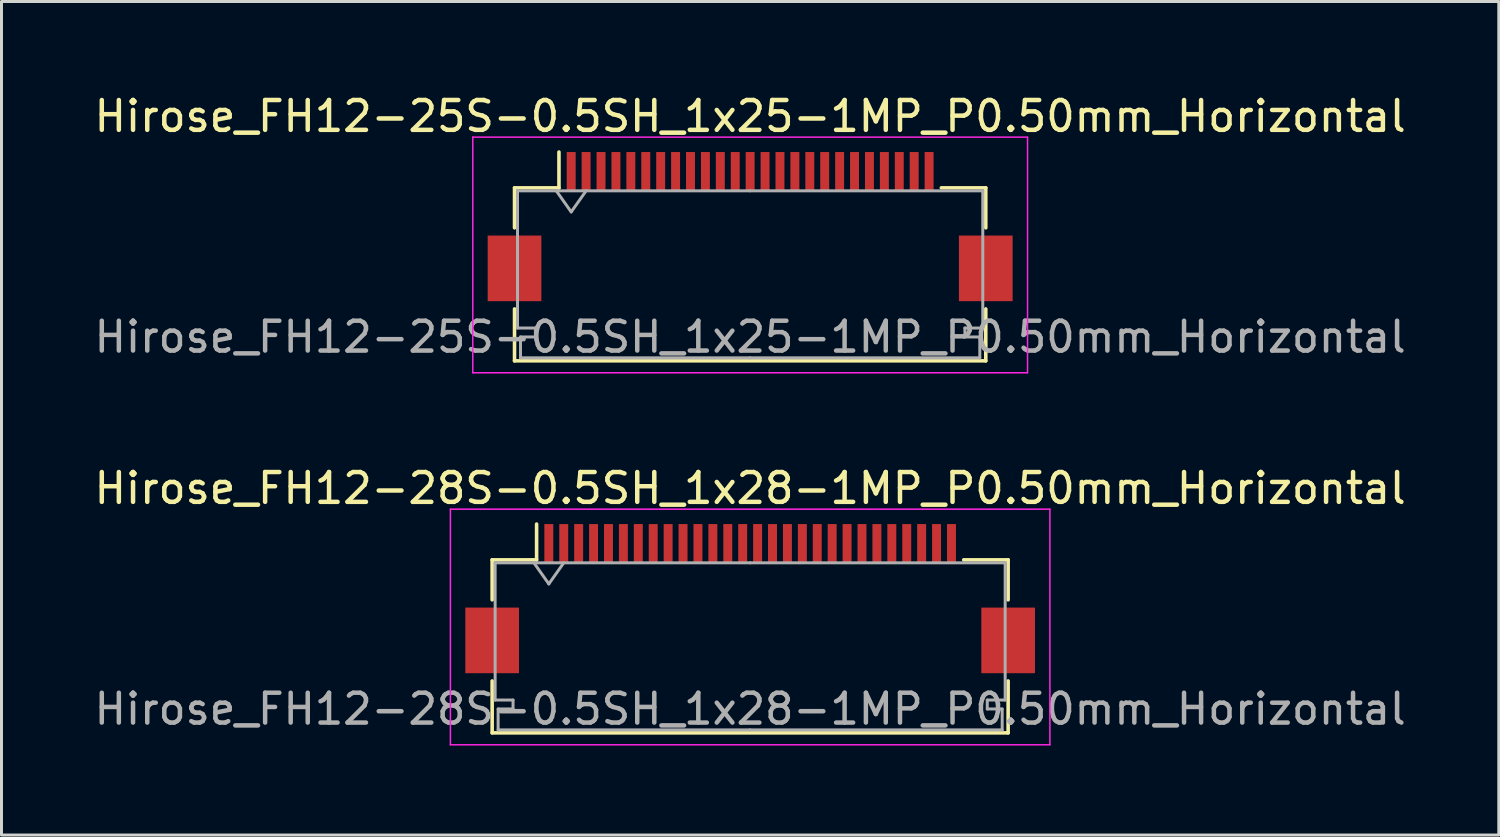
<source format=kicad_pcb>
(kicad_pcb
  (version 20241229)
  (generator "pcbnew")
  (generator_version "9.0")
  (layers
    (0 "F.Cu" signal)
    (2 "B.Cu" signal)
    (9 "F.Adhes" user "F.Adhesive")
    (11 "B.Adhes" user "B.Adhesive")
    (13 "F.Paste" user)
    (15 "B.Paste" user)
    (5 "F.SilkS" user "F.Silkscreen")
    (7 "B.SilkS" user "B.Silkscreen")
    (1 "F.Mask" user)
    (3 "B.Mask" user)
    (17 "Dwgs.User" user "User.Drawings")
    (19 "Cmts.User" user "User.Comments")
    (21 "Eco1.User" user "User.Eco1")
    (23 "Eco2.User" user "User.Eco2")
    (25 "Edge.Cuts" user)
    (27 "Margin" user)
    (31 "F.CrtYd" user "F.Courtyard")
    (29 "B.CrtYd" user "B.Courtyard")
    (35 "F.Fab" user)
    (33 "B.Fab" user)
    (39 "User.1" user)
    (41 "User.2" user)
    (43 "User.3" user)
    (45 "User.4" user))
  (footprint "Hirose_FH12-25S-0.5SH_1x25-1MP_P0.50mm_Horizontal"
    (layer "F.Cu")
    (at 22.101 4.548)
    (property "Reference" "Hirose_FH12-25S-0.5SH_1x25-1MP_P0.50mm_Horizontal" (at 0 -3.7 0) (layer "F.SilkS") (effects (font (size 1 1) (thickness 0.15))))
    (attr smd)
    (fp_line (start -7.9 -1.3) (end -7.9 0.04) (stroke (width 0.12) (type solid)) (layer "F.SilkS"))
    (fp_line (start -7.9 2.76) (end -7.9 4.5) (stroke (width 0.12) (type solid)) (layer "F.SilkS"))
    (fp_line (start -7.9 4.5) (end 7.9 4.5) (stroke (width 0.12) (type solid)) (layer "F.SilkS"))
    (fp_line (start -6.41 -1.3) (end -7.9 -1.3) (stroke (width 0.12) (type solid)) (layer "F.SilkS"))
    (fp_line (start -6.41 -1.3) (end -6.41 -2.5) (stroke (width 0.12) (type solid)) (layer "F.SilkS"))
    (fp_line (start 6.41 -1.3) (end 7.9 -1.3) (stroke (width 0.12) (type solid)) (layer "F.SilkS"))
    (fp_line (start 7.9 -1.3) (end 7.9 0.04) (stroke (width 0.12) (type solid)) (layer "F.SilkS"))
    (fp_line (start 7.9 4.5) (end 7.9 2.76) (stroke (width 0.12) (type solid)) (layer "F.SilkS"))
    (fp_line (start -9.3 -3) (end -9.3 4.9) (stroke (width 0.05) (type solid)) (layer "F.CrtYd"))
    (fp_line (start -9.3 4.9) (end 9.3 4.9) (stroke (width 0.05) (type solid)) (layer "F.CrtYd"))
    (fp_line (start 9.3 -3) (end -9.3 -3) (stroke (width 0.05) (type solid)) (layer "F.CrtYd"))
    (fp_line (start 9.3 4.9) (end 9.3 -3) (stroke (width 0.05) (type solid)) (layer "F.CrtYd"))
    (fp_line (start -7.8 -1.2) (end -7.8 3.4) (stroke (width 0.1) (type solid)) (layer "F.Fab"))
    (fp_line (start -7.8 3.4) (end -7.2 3.4) (stroke (width 0.1) (type solid)) (layer "F.Fab"))
    (fp_line (start -7.7 3.7) (end -7.7 4.4) (stroke (width 0.1) (type solid)) (layer "F.Fab"))
    (fp_line (start -7.7 4.4) (end 0 4.4) (stroke (width 0.1) (type solid)) (layer "F.Fab"))
    (fp_line (start -7.2 3.4) (end -7.2 3.7) (stroke (width 0.1) (type solid)) (layer "F.Fab"))
    (fp_line (start -7.2 3.7) (end -7.7 3.7) (stroke (width 0.1) (type solid)) (layer "F.Fab"))
    (fp_line (start -6.5 -1.2) (end -6 -0.493) (stroke (width 0.1) (type solid)) (layer "F.Fab"))
    (fp_line (start -6 -0.493) (end -5.5 -1.2) (stroke (width 0.1) (type solid)) (layer "F.Fab"))
    (fp_line (start 0 -1.2) (end -7.8 -1.2) (stroke (width 0.1) (type solid)) (layer "F.Fab"))
    (fp_line (start 0 -1.2) (end 7.8 -1.2) (stroke (width 0.1) (type solid)) (layer "F.Fab"))
    (fp_line (start 7.2 3.4) (end 7.2 3.7) (stroke (width 0.1) (type solid)) (layer "F.Fab"))
    (fp_line (start 7.2 3.7) (end 7.7 3.7) (stroke (width 0.1) (type solid)) (layer "F.Fab"))
    (fp_line (start 7.7 3.7) (end 7.7 4.4) (stroke (width 0.1) (type solid)) (layer "F.Fab"))
    (fp_line (start 7.7 4.4) (end 0 4.4) (stroke (width 0.1) (type solid)) (layer "F.Fab"))
    (fp_line (start 7.8 -1.2) (end 7.8 3.4) (stroke (width 0.1) (type solid)) (layer "F.Fab"))
    (fp_line (start 7.8 3.4) (end 7.2 3.4) (stroke (width 0.1) (type solid)) (layer "F.Fab"))
    (fp_text user "${REFERENCE}" (at 0 3.7 0) (layer "F.Fab") (effects (font (size 1 1) (thickness 0.15))))
    (pad "1" smd rect (at -6 -1.85) (size 0.3 1.3) (layers "F.Cu" "F.Mask" "F.Paste"))
    (pad "2" smd rect (at -5.5 -1.85) (size 0.3 1.3) (layers "F.Cu" "F.Mask" "F.Paste"))
    (pad "3" smd rect (at -5 -1.85) (size 0.3 1.3) (layers "F.Cu" "F.Mask" "F.Paste"))
    (pad "4" smd rect (at -4.5 -1.85) (size 0.3 1.3) (layers "F.Cu" "F.Mask" "F.Paste"))
    (pad "5" smd rect (at -4 -1.85) (size 0.3 1.3) (layers "F.Cu" "F.Mask" "F.Paste"))
    (pad "6" smd rect (at -3.5 -1.85) (size 0.3 1.3) (layers "F.Cu" "F.Mask" "F.Paste"))
    (pad "7" smd rect (at -3 -1.85) (size 0.3 1.3) (layers "F.Cu" "F.Mask" "F.Paste"))
    (pad "8" smd rect (at -2.5 -1.85) (size 0.3 1.3) (layers "F.Cu" "F.Mask" "F.Paste"))
    (pad "9" smd rect (at -2 -1.85) (size 0.3 1.3) (layers "F.Cu" "F.Mask" "F.Paste"))
    (pad "10" smd rect (at -1.5 -1.85) (size 0.3 1.3) (layers "F.Cu" "F.Mask" "F.Paste"))
    (pad "11" smd rect (at -1 -1.85) (size 0.3 1.3) (layers "F.Cu" "F.Mask" "F.Paste"))
    (pad "12" smd rect (at -0.5 -1.85) (size 0.3 1.3) (layers "F.Cu" "F.Mask" "F.Paste"))
    (pad "13" smd rect (at 0 -1.85) (size 0.3 1.3) (layers "F.Cu" "F.Mask" "F.Paste"))
    (pad "14" smd rect (at 0.5 -1.85) (size 0.3 1.3) (layers "F.Cu" "F.Mask" "F.Paste"))
    (pad "15" smd rect (at 1 -1.85) (size 0.3 1.3) (layers "F.Cu" "F.Mask" "F.Paste"))
    (pad "16" smd rect (at 1.5 -1.85) (size 0.3 1.3) (layers "F.Cu" "F.Mask" "F.Paste"))
    (pad "17" smd rect (at 2 -1.85) (size 0.3 1.3) (layers "F.Cu" "F.Mask" "F.Paste"))
    (pad "18" smd rect (at 2.5 -1.85) (size 0.3 1.3) (layers "F.Cu" "F.Mask" "F.Paste"))
    (pad "19" smd rect (at 3 -1.85) (size 0.3 1.3) (layers "F.Cu" "F.Mask" "F.Paste"))
    (pad "20" smd rect (at 3.5 -1.85) (size 0.3 1.3) (layers "F.Cu" "F.Mask" "F.Paste"))
    (pad "21" smd rect (at 4 -1.85) (size 0.3 1.3) (layers "F.Cu" "F.Mask" "F.Paste"))
    (pad "22" smd rect (at 4.5 -1.85) (size 0.3 1.3) (layers "F.Cu" "F.Mask" "F.Paste"))
    (pad "23" smd rect (at 5 -1.85) (size 0.3 1.3) (layers "F.Cu" "F.Mask" "F.Paste"))
    (pad "24" smd rect (at 5.5 -1.85) (size 0.3 1.3) (layers "F.Cu" "F.Mask" "F.Paste"))
    (pad "25" smd rect (at 6 -1.85) (size 0.3 1.3) (layers "F.Cu" "F.Mask" "F.Paste"))
    (pad "MP" smd rect (at -7.9 1.4) (size 1.8 2.2) (layers "F.Cu" "F.Mask" "F.Paste"))
    (pad "MP" smd rect (at 7.9 1.4) (size 1.8 2.2) (layers "F.Cu" "F.Mask" "F.Paste")))
  (footprint "Hirose_FH12-28S-0.5SH_1x28-1MP_P0.50mm_Horizontal"
    (layer "F.Cu")
    (at 22.101 17.021)
    (property "Reference" "Hirose_FH12-28S-0.5SH_1x28-1MP_P0.50mm_Horizontal" (at 0 -3.7 0) (layer "F.SilkS") (effects (font (size 1 1) (thickness 0.15))))
    (attr smd)
    (fp_line (start -8.65 -1.3) (end -8.65 0.04) (stroke (width 0.12) (type solid)) (layer "F.SilkS"))
    (fp_line (start -8.65 2.76) (end -8.65 4.5) (stroke (width 0.12) (type solid)) (layer "F.SilkS"))
    (fp_line (start -8.65 4.5) (end 8.65 4.5) (stroke (width 0.12) (type solid)) (layer "F.SilkS"))
    (fp_line (start -7.16 -1.3) (end -8.65 -1.3) (stroke (width 0.12) (type solid)) (layer "F.SilkS"))
    (fp_line (start -7.16 -1.3) (end -7.16 -2.5) (stroke (width 0.12) (type solid)) (layer "F.SilkS"))
    (fp_line (start 7.16 -1.3) (end 8.65 -1.3) (stroke (width 0.12) (type solid)) (layer "F.SilkS"))
    (fp_line (start 8.65 -1.3) (end 8.65 0.04) (stroke (width 0.12) (type solid)) (layer "F.SilkS"))
    (fp_line (start 8.65 4.5) (end 8.65 2.76) (stroke (width 0.12) (type solid)) (layer "F.SilkS"))
    (fp_line (start -10.05 -3) (end -10.05 4.9) (stroke (width 0.05) (type solid)) (layer "F.CrtYd"))
    (fp_line (start -10.05 4.9) (end 10.05 4.9) (stroke (width 0.05) (type solid)) (layer "F.CrtYd"))
    (fp_line (start 10.05 -3) (end -10.05 -3) (stroke (width 0.05) (type solid)) (layer "F.CrtYd"))
    (fp_line (start 10.05 4.9) (end 10.05 -3) (stroke (width 0.05) (type solid)) (layer "F.CrtYd"))
    (fp_line (start -8.55 -1.2) (end -8.55 3.4) (stroke (width 0.1) (type solid)) (layer "F.Fab"))
    (fp_line (start -8.55 3.4) (end -7.95 3.4) (stroke (width 0.1) (type solid)) (layer "F.Fab"))
    (fp_line (start -8.45 3.7) (end -8.45 4.4) (stroke (width 0.1) (type solid)) (layer "F.Fab"))
    (fp_line (start -8.45 4.4) (end 0 4.4) (stroke (width 0.1) (type solid)) (layer "F.Fab"))
    (fp_line (start -7.95 3.4) (end -7.95 3.7) (stroke (width 0.1) (type solid)) (layer "F.Fab"))
    (fp_line (start -7.95 3.7) (end -8.45 3.7) (stroke (width 0.1) (type solid)) (layer "F.Fab"))
    (fp_line (start -7.25 -1.2) (end -6.75 -0.493) (stroke (width 0.1) (type solid)) (layer "F.Fab"))
    (fp_line (start -6.75 -0.493) (end -6.25 -1.2) (stroke (width 0.1) (type solid)) (layer "F.Fab"))
    (fp_line (start 0 -1.2) (end -8.55 -1.2) (stroke (width 0.1) (type solid)) (layer "F.Fab"))
    (fp_line (start 0 -1.2) (end 8.55 -1.2) (stroke (width 0.1) (type solid)) (layer "F.Fab"))
    (fp_line (start 7.95 3.4) (end 7.95 3.7) (stroke (width 0.1) (type solid)) (layer "F.Fab"))
    (fp_line (start 7.95 3.7) (end 8.45 3.7) (stroke (width 0.1) (type solid)) (layer "F.Fab"))
    (fp_line (start 8.45 3.7) (end 8.45 4.4) (stroke (width 0.1) (type solid)) (layer "F.Fab"))
    (fp_line (start 8.45 4.4) (end 0 4.4) (stroke (width 0.1) (type solid)) (layer "F.Fab"))
    (fp_line (start 8.55 -1.2) (end 8.55 3.4) (stroke (width 0.1) (type solid)) (layer "F.Fab"))
    (fp_line (start 8.55 3.4) (end 7.95 3.4) (stroke (width 0.1) (type solid)) (layer "F.Fab"))
    (fp_text user "${REFERENCE}" (at 0 3.7 0) (layer "F.Fab") (effects (font (size 1 1) (thickness 0.15))))
    (pad "1" smd rect (at -6.75 -1.85) (size 0.3 1.3) (layers "F.Cu" "F.Mask" "F.Paste"))
    (pad "2" smd rect (at -6.25 -1.85) (size 0.3 1.3) (layers "F.Cu" "F.Mask" "F.Paste"))
    (pad "3" smd rect (at -5.75 -1.85) (size 0.3 1.3) (layers "F.Cu" "F.Mask" "F.Paste"))
    (pad "4" smd rect (at -5.25 -1.85) (size 0.3 1.3) (layers "F.Cu" "F.Mask" "F.Paste"))
    (pad "5" smd rect (at -4.75 -1.85) (size 0.3 1.3) (layers "F.Cu" "F.Mask" "F.Paste"))
    (pad "6" smd rect (at -4.25 -1.85) (size 0.3 1.3) (layers "F.Cu" "F.Mask" "F.Paste"))
    (pad "7" smd rect (at -3.75 -1.85) (size 0.3 1.3) (layers "F.Cu" "F.Mask" "F.Paste"))
    (pad "8" smd rect (at -3.25 -1.85) (size 0.3 1.3) (layers "F.Cu" "F.Mask" "F.Paste"))
    (pad "9" smd rect (at -2.75 -1.85) (size 0.3 1.3) (layers "F.Cu" "F.Mask" "F.Paste"))
    (pad "10" smd rect (at -2.25 -1.85) (size 0.3 1.3) (layers "F.Cu" "F.Mask" "F.Paste"))
    (pad "11" smd rect (at -1.75 -1.85) (size 0.3 1.3) (layers "F.Cu" "F.Mask" "F.Paste"))
    (pad "12" smd rect (at -1.25 -1.85) (size 0.3 1.3) (layers "F.Cu" "F.Mask" "F.Paste"))
    (pad "13" smd rect (at -0.75 -1.85) (size 0.3 1.3) (layers "F.Cu" "F.Mask" "F.Paste"))
    (pad "14" smd rect (at -0.25 -1.85) (size 0.3 1.3) (layers "F.Cu" "F.Mask" "F.Paste"))
    (pad "15" smd rect (at 0.25 -1.85) (size 0.3 1.3) (layers "F.Cu" "F.Mask" "F.Paste"))
    (pad "16" smd rect (at 0.75 -1.85) (size 0.3 1.3) (layers "F.Cu" "F.Mask" "F.Paste"))
    (pad "17" smd rect (at 1.25 -1.85) (size 0.3 1.3) (layers "F.Cu" "F.Mask" "F.Paste"))
    (pad "18" smd rect (at 1.75 -1.85) (size 0.3 1.3) (layers "F.Cu" "F.Mask" "F.Paste"))
    (pad "19" smd rect (at 2.25 -1.85) (size 0.3 1.3) (layers "F.Cu" "F.Mask" "F.Paste"))
    (pad "20" smd rect (at 2.75 -1.85) (size 0.3 1.3) (layers "F.Cu" "F.Mask" "F.Paste"))
    (pad "21" smd rect (at 3.25 -1.85) (size 0.3 1.3) (layers "F.Cu" "F.Mask" "F.Paste"))
    (pad "22" smd rect (at 3.75 -1.85) (size 0.3 1.3) (layers "F.Cu" "F.Mask" "F.Paste"))
    (pad "23" smd rect (at 4.25 -1.85) (size 0.3 1.3) (layers "F.Cu" "F.Mask" "F.Paste"))
    (pad "24" smd rect (at 4.75 -1.85) (size 0.3 1.3) (layers "F.Cu" "F.Mask" "F.Paste"))
    (pad "25" smd rect (at 5.25 -1.85) (size 0.3 1.3) (layers "F.Cu" "F.Mask" "F.Paste"))
    (pad "26" smd rect (at 5.75 -1.85) (size 0.3 1.3) (layers "F.Cu" "F.Mask" "F.Paste"))
    (pad "27" smd rect (at 6.25 -1.85) (size 0.3 1.3) (layers "F.Cu" "F.Mask" "F.Paste"))
    (pad "28" smd rect (at 6.75 -1.85) (size 0.3 1.3) (layers "F.Cu" "F.Mask" "F.Paste"))
    (pad "MP" smd rect (at -8.65 1.4) (size 1.8 2.2) (layers "F.Cu" "F.Mask" "F.Paste"))
    (pad "MP" smd rect (at 8.65 1.4) (size 1.8 2.2) (layers "F.Cu" "F.Mask" "F.Paste")))
  (gr_rect
    (start -3 -3)
    (end 47.202 24.947)
    (stroke (width 0.1) (type default))
    (fill no)
    (layer "Edge.Cuts")))
</source>
